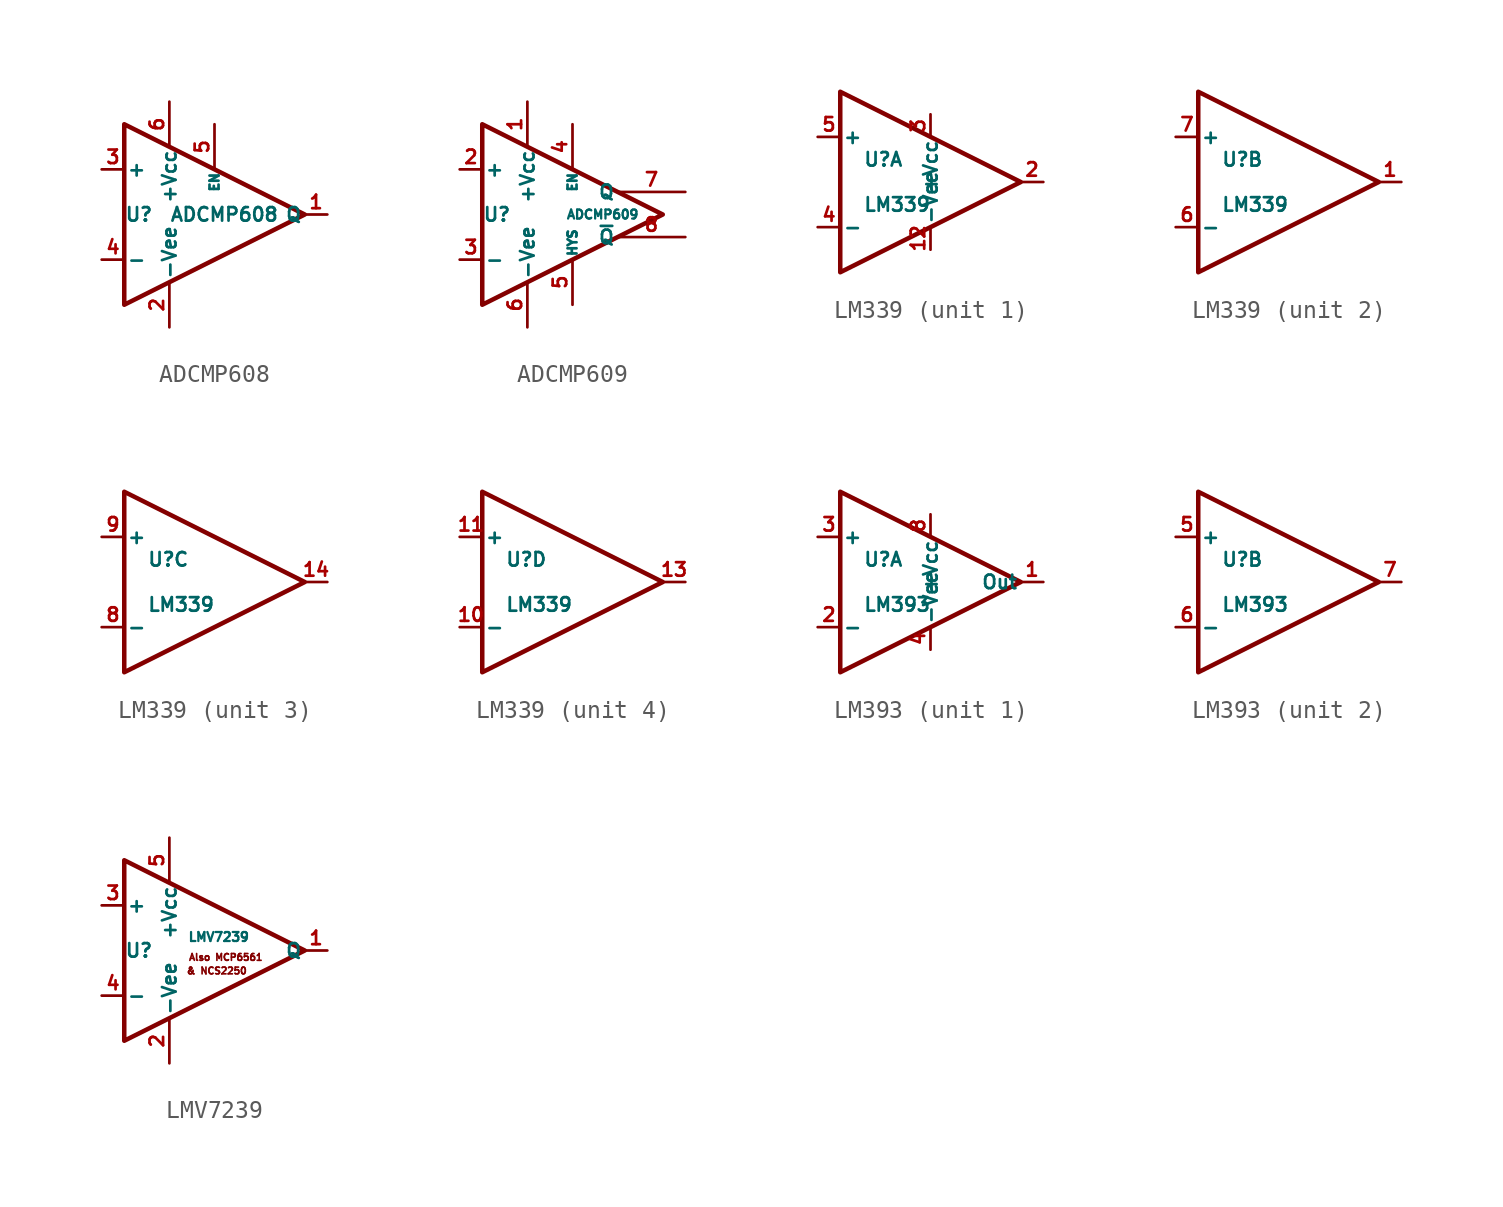
<source format=kicad_sym>
(kicad_symbol_lib
  (version 20210619)
  (generator kicad_symbol_editor)
  (symbol "Bobs_Comparators:ADCMP608"
    (pin_names
      (offset 0.127))
    (property "Reference" "U"
      (at -5.08 0 0)
      (effects (font (size 0.762 0.762)) (justify left)))
    (property "Value" "ADCMP608"
      (at -2.54 0 0)
      (effects (font (size 0.762 0.762)) (justify left)))
    (symbol "ADCMP608_1_1"
      (polyline (pts (xy -5.08 5.08) (xy 5.08 0) (xy -5.08 -5.08) (xy -5.08 5.08)) (stroke (width 0.254)) (fill (type none)))
      (pin output line (at 6.35 0 180) (length 1.27) (name "Q" (effects (font (size 0.762 0.762)))) (number "1" (effects (font (size 0.762 0.762)))))
      (pin power_in line (at -2.54 -6.35 90) (length 2.54) (name "-Vee" (effects (font (size 0.762 0.762)))) (number "2" (effects (font (size 0.762 0.762)))))
      (pin input line (at -6.35 2.54 0) (length 1.27) (name "+" (effects (font (size 0.762 0.762)))) (number "3" (effects (font (size 0.762 0.762)))))
      (pin input line (at -6.35 -2.54 0) (length 1.27) (name "-" (effects (font (size 0.762 0.762)))) (number "4" (effects (font (size 0.762 0.762)))))
      (pin input line (at 0 5.08 270) (length 2.54) (name "EN" (effects (font (size 0.508 0.508)))) (number "5" (effects (font (size 0.762 0.762)))))
      (pin power_in line (at -2.54 6.35 270) (length 2.54) (name "+Vcc" (effects (font (size 0.762 0.762)))) (number "6" (effects (font (size 0.762 0.762)))))))
  (symbol "Bobs_Comparators:ADCMP609"
    (pin_names
      (offset 0.127))
    (property "Reference" "U"
      (at -5.08 0 0)
      (effects (font (size 0.762 0.762)) (justify left)))
    (property "Value" "ADCMP609"
      (at -0.381 0 0)
      (effects (font (size 0.508 0.508)) (justify left)))
    (symbol "ADCMP609_1_1"
      (polyline (pts (xy -5.08 5.08) (xy 5.08 0) (xy -5.08 -5.08) (xy -5.08 5.08)) (stroke (width 0.254)) (fill (type none)))
      (pin power_in line (at -2.54 6.35 270) (length 2.54) (name "+Vcc" (effects (font (size 0.762 0.762)))) (number "1" (effects (font (size 0.762 0.762)))))
      (pin input line (at -6.35 2.54 0) (length 1.27) (name "+" (effects (font (size 0.762 0.762)))) (number "2" (effects (font (size 0.762 0.762)))))
      (pin input line (at -6.35 -2.54 0) (length 1.27) (name "-" (effects (font (size 0.762 0.762)))) (number "3" (effects (font (size 0.762 0.762)))))
      (pin input line (at 0 5.08 270) (length 2.54) (name "EN" (effects (font (size 0.508 0.508)))) (number "4" (effects (font (size 0.762 0.762)))))
      (pin input line (at 0 -5.08 90) (length 2.54) (name "HYS" (effects (font (size 0.508 0.508)))) (number "5" (effects (font (size 0.762 0.762)))))
      (pin power_in line (at -2.54 -6.35 90) (length 2.54) (name "-Vee" (effects (font (size 0.762 0.762)))) (number "6" (effects (font (size 0.762 0.762)))))
      (pin output line (at 6.35 1.27 180) (length 3.81) (name "Q" (effects (font (size 0.762 0.762)))) (number "7" (effects (font (size 0.762 0.762)))))
      (pin output line (at 6.35 -1.27 180) (length 3.81) (name "~{Q}" (effects (font (size 0.762 0.762)))) (number "8" (effects (font (size 0.762 0.762)))))))
  (symbol "Bobs_Comparators:LM339"
    (pin_names
      (offset 0.127))
    (property "Reference" "U"
      (at -3.81 1.27 0)
      (effects (font (size 0.762 0.762)) (justify left)))
    (property "Value" "LM339"
      (at -3.81 -1.27 0)
      (effects (font (size 0.762 0.762)) (justify left)))
    (property "ki_locked" ""
      (at 0 0 0)
      (effects (font (size 1.27 1.27))))
    (symbol "LM339_1_1"
      (polyline (pts (xy -5.08 5.08) (xy 5.08 0) (xy -5.08 -5.08) (xy -5.08 5.08)) (stroke (width 0.254)) (fill (type none)))
      (pin power_in line (at 0 -3.81 90) (length 1.27) (name "-Vee" (effects (font (size 0.762 0.762)))) (number "12" (effects (font (size 0.762 0.762)))))
      (pin output line (at 6.35 0 180) (length 1.27) (name "~" (effects (font (size 0.762 0.762)))) (number "2" (effects (font (size 0.762 0.762)))))
      (pin power_in line (at 0 3.81 270) (length 1.27) (name "+Vcc" (effects (font (size 0.762 0.762)))) (number "3" (effects (font (size 0.762 0.762)))))
      (pin input line (at -6.35 -2.54 0) (length 1.27) (name "-" (effects (font (size 0.762 0.762)))) (number "4" (effects (font (size 0.762 0.762)))))
      (pin input line (at -6.35 2.54 0) (length 1.27) (name "+" (effects (font (size 0.762 0.762)))) (number "5" (effects (font (size 0.762 0.762))))))
    (symbol "LM339_2_1"
      (polyline (pts (xy -5.08 5.08) (xy 5.08 0) (xy -5.08 -5.08) (xy -5.08 5.08)) (stroke (width 0.254)) (fill (type none)))
      (pin output line (at 6.35 0 180) (length 1.27) (name "~" (effects (font (size 0.762 0.762)))) (number "1" (effects (font (size 0.762 0.762)))))
      (pin input line (at -6.35 -2.54 0) (length 1.27) (name "-" (effects (font (size 0.762 0.762)))) (number "6" (effects (font (size 0.762 0.762)))))
      (pin input line (at -6.35 2.54 0) (length 1.27) (name "+" (effects (font (size 0.762 0.762)))) (number "7" (effects (font (size 0.762 0.762))))))
    (symbol "LM339_3_1"
      (polyline (pts (xy -5.08 5.08) (xy 5.08 0) (xy -5.08 -5.08) (xy -5.08 5.08)) (stroke (width 0.254)) (fill (type none)))
      (pin output line (at 6.35 0 180) (length 1.27) (name "~" (effects (font (size 0.762 0.762)))) (number "14" (effects (font (size 0.762 0.762)))))
      (pin input line (at -6.35 -2.54 0) (length 1.27) (name "-" (effects (font (size 0.762 0.762)))) (number "8" (effects (font (size 0.762 0.762)))))
      (pin input line (at -6.35 2.54 0) (length 1.27) (name "+" (effects (font (size 0.762 0.762)))) (number "9" (effects (font (size 0.762 0.762))))))
    (symbol "LM339_4_1"
      (polyline (pts (xy -5.08 5.08) (xy 5.08 0) (xy -5.08 -5.08) (xy -5.08 5.08)) (stroke (width 0.254)) (fill (type none)))
      (pin input line (at -6.35 -2.54 0) (length 1.27) (name "-" (effects (font (size 0.762 0.762)))) (number "10" (effects (font (size 0.762 0.762)))))
      (pin input line (at -6.35 2.54 0) (length 1.27) (name "+" (effects (font (size 0.762 0.762)))) (number "11" (effects (font (size 0.762 0.762)))))
      (pin output line (at 6.35 0 180) (length 1.27) (name "~" (effects (font (size 0.762 0.762)))) (number "13" (effects (font (size 0.762 0.762)))))))
  (symbol "Bobs_Comparators:LM393"
    (pin_names
      (offset 0.127))
    (property "Reference" "U"
      (at -3.81 1.27 0)
      (effects (font (size 0.762 0.762)) (justify left)))
    (property "Value" "LM393"
      (at -3.81 -1.27 0)
      (effects (font (size 0.762 0.762)) (justify left)))
    (property "ki_locked" ""
      (at 0 0 0)
      (effects (font (size 1.27 1.27))))
    (symbol "LM393_1_1"
      (polyline (pts (xy -5.08 5.08) (xy 5.08 0) (xy -5.08 -5.08) (xy -5.08 5.08)) (stroke (width 0.254)) (fill (type none)))
      (pin output line (at 6.35 0 180) (length 1.27) (name "Out" (effects (font (size 0.762 0.762)))) (number "1" (effects (font (size 0.762 0.762)))))
      (pin input line (at -6.35 -2.54 0) (length 1.27) (name "-" (effects (font (size 0.762 0.762)))) (number "2" (effects (font (size 0.762 0.762)))))
      (pin input line (at -6.35 2.54 0) (length 1.27) (name "+" (effects (font (size 0.762 0.762)))) (number "3" (effects (font (size 0.762 0.762)))))
      (pin power_in line (at 0 -3.81 90) (length 1.27) (name "-Vee" (effects (font (size 0.762 0.762)))) (number "4" (effects (font (size 0.762 0.762)))))
      (pin power_in line (at 0 3.81 270) (length 1.27) (name "+Vcc" (effects (font (size 0.762 0.762)))) (number "8" (effects (font (size 0.762 0.762))))))
    (symbol "LM393_2_1"
      (polyline (pts (xy -5.08 5.08) (xy 5.08 0) (xy -5.08 -5.08) (xy -5.08 5.08)) (stroke (width 0.254)) (fill (type none)))
      (pin input line (at -6.35 2.54 0) (length 1.27) (name "+" (effects (font (size 0.762 0.762)))) (number "5" (effects (font (size 0.762 0.762)))))
      (pin input line (at -6.35 -2.54 0) (length 1.27) (name "-" (effects (font (size 0.762 0.762)))) (number "6" (effects (font (size 0.762 0.762)))))
      (pin output line (at 6.35 0 180) (length 1.27) (name "~" (effects (font (size 0.762 0.762)))) (number "7" (effects (font (size 0.762 0.762)))))))
  (symbol "Bobs_Comparators:LMV7239"
    (pin_names
      (offset 0.127))
    (property "Reference" "U"
      (at -5.08 0 0)
      (effects (font (size 0.762 0.762)) (justify left)))
    (property "Value" "LMV7239"
      (at -1.524 0.762 0)
      (effects (font (size 0.508 0.508)) (justify left)))
    (symbol "LMV7239_0_0"
      (text "& NCS2250" (at 0.127 -1.143 0) (effects (font (size 0.381 0.381))))
      (text "Also MCP6561" (at 0.635 -0.381 0) (effects (font (size 0.381 0.381)))))
    (symbol "LMV7239_1_1"
      (polyline (pts (xy -5.08 5.08) (xy 5.08 0) (xy -5.08 -5.08) (xy -5.08 5.08)) (stroke (width 0.254)) (fill (type none)))
      (pin output line (at 6.35 0 180) (length 1.27) (name "Q" (effects (font (size 0.762 0.762)))) (number "1" (effects (font (size 0.762 0.762)))))
      (pin power_in line (at -2.54 -6.35 90) (length 2.54) (name "-Vee" (effects (font (size 0.762 0.762)))) (number "2" (effects (font (size 0.762 0.762)))))
      (pin input line (at -6.35 2.54 0) (length 1.27) (name "+" (effects (font (size 0.762 0.762)))) (number "3" (effects (font (size 0.762 0.762)))))
      (pin input line (at -6.35 -2.54 0) (length 1.27) (name "-" (effects (font (size 0.762 0.762)))) (number "4" (effects (font (size 0.762 0.762)))))
      (pin power_in line (at -2.54 6.35 270) (length 2.54) (name "+Vcc" (effects (font (size 0.762 0.762)))) (number "5" (effects (font (size 0.762 0.762))))))))
</source>
